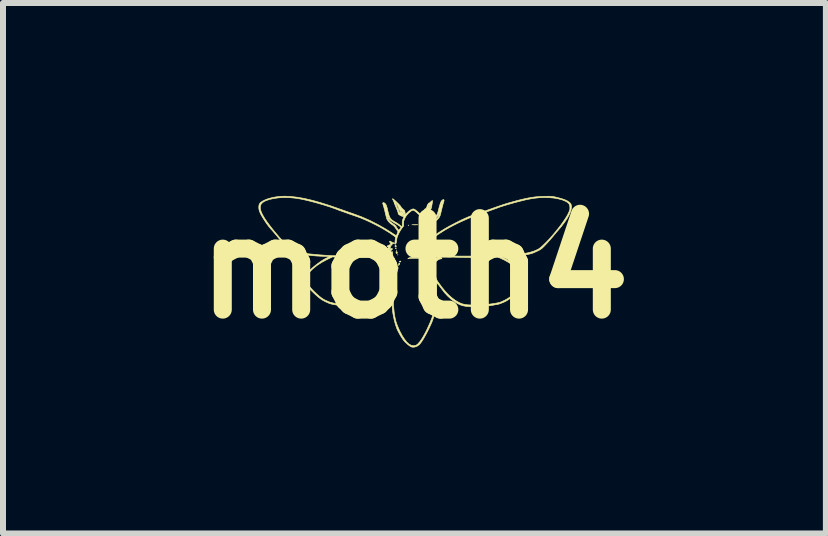
<source format=kicad_pcb>
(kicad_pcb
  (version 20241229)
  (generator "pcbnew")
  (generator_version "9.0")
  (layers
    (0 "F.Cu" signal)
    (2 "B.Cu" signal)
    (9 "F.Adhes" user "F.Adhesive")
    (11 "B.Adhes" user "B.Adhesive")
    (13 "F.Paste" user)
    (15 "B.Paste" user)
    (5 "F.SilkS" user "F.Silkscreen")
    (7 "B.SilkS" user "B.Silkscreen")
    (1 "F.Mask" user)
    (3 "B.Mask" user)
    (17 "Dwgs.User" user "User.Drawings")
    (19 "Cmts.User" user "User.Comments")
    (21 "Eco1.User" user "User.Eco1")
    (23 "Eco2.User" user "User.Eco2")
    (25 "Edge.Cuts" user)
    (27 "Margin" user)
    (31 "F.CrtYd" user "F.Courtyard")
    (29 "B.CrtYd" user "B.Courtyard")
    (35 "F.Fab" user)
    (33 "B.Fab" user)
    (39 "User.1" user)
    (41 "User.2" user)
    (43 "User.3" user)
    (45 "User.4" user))
  (footprint "moth4"
    (layer "F.Cu")
    (at 3.854 1.418)
    (property "Reference" "moth4" (at 0 0 0) (layer "F.SilkS") (effects (font (size 1.524 1.524) (thickness 0.3))))
    (attr through_hole)
    (fp_poly (pts (xy -0.318 -0.399) (xy -0.321 -0.395) (xy -0.325 -0.399) (xy -0.321 -0.402) (xy -0.318 -0.399)) (stroke (width 0.01) (type solid)) (fill yes) (layer "F.SilkS"))
    (fp_poly (pts (xy -0.296 -0.3) (xy -0.3 -0.296) (xy -0.303 -0.3) (xy -0.3 -0.303) (xy -0.296 -0.3)) (stroke (width 0.01) (type solid)) (fill yes) (layer "F.SilkS"))
    (fp_poly (pts (xy -0.275 -0.222) (xy -0.279 -0.219) (xy -0.282 -0.222) (xy -0.279 -0.226) (xy -0.275 -0.222)) (stroke (width 0.01) (type solid)) (fill yes) (layer "F.SilkS"))
    (fp_poly (pts (xy -0.268 -0.046) (xy -0.272 -0.042) (xy -0.275 -0.046) (xy -0.272 -0.049) (xy -0.268 -0.046)) (stroke (width 0.01) (type solid)) (fill yes) (layer "F.SilkS"))
    (fp_poly (pts (xy -0.094 -0.717) (xy -0.095 -0.713) (xy -0.099 -0.713) (xy -0.105 -0.715) (xy -0.103 -0.717) (xy -0.095 -0.718) (xy -0.094 -0.717)) (stroke (width 0.01) (type solid)) (fill yes) (layer "F.SilkS"))
    (fp_poly (pts (xy 0.266 -0.103) (xy 0.265 -0.099) (xy 0.261 -0.099) (xy 0.255 -0.101) (xy 0.256 -0.103) (xy 0.265 -0.104) (xy 0.266 -0.103)) (stroke (width 0.01) (type solid)) (fill yes) (layer "F.SilkS"))
    (fp_poly (pts (xy 0.287 -0.188) (xy 0.285 -0.185) (xy 0.278 -0.184) (xy 0.271 -0.186) (xy 0.274 -0.188) (xy 0.285 -0.189) (xy 0.287 -0.188)) (stroke (width 0.01) (type solid)) (fill yes) (layer "F.SilkS"))
    (fp_poly (pts (xy 0.301 -0.238) (xy 0.3 -0.233) (xy 0.296 -0.233) (xy 0.291 -0.235) (xy 0.292 -0.238) (xy 0.3 -0.238) (xy 0.301 -0.238)) (stroke (width 0.01) (type solid)) (fill yes) (layer "F.SilkS"))
    (fp_poly (pts (xy 0.323 -0.371) (xy 0.321 -0.368) (xy 0.313 -0.367) (xy 0.306 -0.369) (xy 0.309 -0.372) (xy 0.32 -0.373) (xy 0.323 -0.371)) (stroke (width 0.01) (type solid)) (fill yes) (layer "F.SilkS"))
    (fp_poly (pts (xy -0.305 -0.375) (xy -0.303 -0.367) (xy -0.307 -0.355) (xy -0.316 -0.354) (xy -0.32 -0.357) (xy -0.325 -0.369) (xy -0.321 -0.379) (xy -0.314 -0.381) (xy -0.305 -0.375)) (stroke (width 0.01) (type solid)) (fill yes) (layer "F.SilkS"))
    (fp_poly (pts (xy -0.304 -0.333) (xy -0.303 -0.332) (xy -0.309 -0.325) (xy -0.31 -0.325) (xy -0.317 -0.33) (xy -0.318 -0.332) (xy -0.312 -0.338) (xy -0.31 -0.339) (xy -0.304 -0.333)) (stroke (width 0.01) (type solid)) (fill yes) (layer "F.SilkS"))
    (fp_poly (pts (xy -0.245 -0.076) (xy -0.25 -0.064) (xy -0.257 -0.053) (xy -0.261 -0.054) (xy -0.264 -0.06) (xy -0.264 -0.074) (xy -0.257 -0.083) (xy -0.248 -0.084) (xy -0.245 -0.076)) (stroke (width 0.01) (type solid)) (fill yes) (layer "F.SilkS"))
    (fp_poly (pts (xy -0.231 -0.119) (xy -0.226 -0.114) (xy -0.231 -0.106) (xy -0.243 -0.102) (xy -0.25 -0.104) (xy -0.251 -0.112) (xy -0.25 -0.114) (xy -0.241 -0.119) (xy -0.231 -0.119)) (stroke (width 0.01) (type solid)) (fill yes) (layer "F.SilkS"))
    (fp_poly (pts (xy 0.281 -0.079) (xy 0.282 -0.074) (xy 0.279 -0.065) (xy 0.276 -0.064) (xy 0.268 -0.069) (xy 0.266 -0.074) (xy 0.267 -0.083) (xy 0.272 -0.085) (xy 0.281 -0.079)) (stroke (width 0.01) (type solid)) (fill yes) (layer "F.SilkS"))
    (fp_poly (pts (xy 0.296 -0.213) (xy 0.296 -0.212) (xy 0.291 -0.205) (xy 0.289 -0.205) (xy 0.282 -0.21) (xy 0.282 -0.212) (xy 0.288 -0.219) (xy 0.289 -0.219) (xy 0.296 -0.213)) (stroke (width 0.01) (type solid)) (fill yes) (layer "F.SilkS"))
    (fp_poly (pts (xy 0.315 -0.265) (xy 0.314 -0.261) (xy 0.305 -0.254) (xy 0.303 -0.254) (xy 0.297 -0.259) (xy 0.296 -0.261) (xy 0.302 -0.267) (xy 0.307 -0.268) (xy 0.315 -0.265)) (stroke (width 0.01) (type solid)) (fill yes) (layer "F.SilkS"))
    (fp_poly (pts (xy -0.292 -0.275) (xy -0.286 -0.265) (xy -0.287 -0.251) (xy -0.289 -0.247) (xy -0.296 -0.244) (xy -0.303 -0.25) (xy -0.309 -0.259) (xy -0.303 -0.261) (xy -0.302 -0.261) (xy -0.296 -0.262) (xy -0.302 -0.267) (xy -0.308 -0.273) (xy -0.301 -0.277) (xy -0.292 -0.275)) (stroke (width 0.01) (type solid)) (fill yes) (layer "F.SilkS"))
    (fp_poly (pts (xy 0.034 -0.726) (xy 0.048 -0.725) (xy 0.057 -0.724) (xy 0.053 -0.723) (xy 0.038 -0.723) (xy 0.012 -0.722) (xy 0.007 -0.722) (xy -0.02 -0.723) (xy -0.037 -0.723) (xy -0.043 -0.724) (xy -0.036 -0.725) (xy -0.034 -0.725) (xy -0.001 -0.726) (xy 0.034 -0.726)) (stroke (width 0.01) (type solid)) (fill yes) (layer "F.SilkS"))
    (fp_poly (pts (xy 0.322 -0.35) (xy 0.323 -0.349) (xy 0.323 -0.343) (xy 0.319 -0.341) (xy 0.314 -0.335) (xy 0.318 -0.328) (xy 0.322 -0.315) (xy 0.317 -0.305) (xy 0.31 -0.303) (xy 0.305 -0.31) (xy 0.303 -0.324) (xy 0.306 -0.341) (xy 0.313 -0.351) (xy 0.322 -0.35)) (stroke (width 0.01) (type solid)) (fill yes) (layer "F.SilkS"))
    (fp_poly (pts (xy 0.036 -0.182) (xy 0.04 -0.182) (xy 0.087 -0.179) (xy 0.122 -0.175) (xy 0.145 -0.169) (xy 0.148 -0.167) (xy 0.173 -0.156) (xy 0.145 -0.161) (xy 0.125 -0.163) (xy 0.096 -0.164) (xy 0.061 -0.165) (xy 0.022 -0.166) (xy -0.016 -0.165) (xy -0.05 -0.164) (xy -0.078 -0.163) (xy -0.096 -0.161) (xy -0.099 -0.16) (xy -0.111 -0.157) (xy -0.11 -0.159) (xy -0.103 -0.165) (xy -0.089 -0.174) (xy -0.071 -0.179) (xy -0.045 -0.182) (xy -0.011 -0.183) (xy 0.036 -0.182)) (stroke (width 0.01) (type solid)) (fill yes) (layer "F.SilkS"))
    (fp_poly (pts (xy -2.067 -1.196) (xy -1.954 -1.183) (xy -1.833 -1.162) (xy -1.701 -1.131) (xy -1.559 -1.091) (xy -1.407 -1.043) (xy -1.298 -1.005) (xy -1.25 -0.988) (xy -1.192 -0.968) (xy -1.131 -0.946) (xy -1.07 -0.925) (xy -1.015 -0.906) (xy -1.012 -0.905) (xy -0.878 -0.855) (xy -0.741 -0.795) (xy -0.606 -0.726) (xy -0.476 -0.652) (xy -0.397 -0.602) (xy -0.367 -0.583) (xy -0.341 -0.566) (xy -0.321 -0.553) (xy -0.309 -0.547) (xy -0.308 -0.546) (xy -0.3 -0.55) (xy -0.291 -0.568) (xy -0.286 -0.579) (xy -0.279 -0.6) (xy -0.277 -0.612) (xy -0.28 -0.621) (xy -0.288 -0.63) (xy -0.3 -0.646) (xy -0.315 -0.667) (xy -0.32 -0.675) (xy -0.337 -0.697) (xy -0.358 -0.716) (xy -0.365 -0.72) (xy -0.402 -0.746) (xy -0.432 -0.777) (xy -0.454 -0.808) (xy -0.462 -0.825) (xy -0.468 -0.846) (xy -0.475 -0.875) (xy -0.477 -0.881) (xy -0.456 -0.881) (xy -0.452 -0.864) (xy -0.448 -0.848) (xy -0.429 -0.807) (xy -0.4 -0.772) (xy -0.358 -0.742) (xy -0.356 -0.74) (xy -0.329 -0.722) (xy -0.31 -0.703) (xy -0.306 -0.696) (xy -0.293 -0.673) (xy -0.28 -0.653) (xy -0.269 -0.64) (xy -0.262 -0.635) (xy -0.255 -0.641) (xy -0.244 -0.653) (xy -0.241 -0.657) (xy -0.224 -0.678) (xy -0.239 -0.694) (xy -0.252 -0.705) (xy -0.274 -0.719) (xy -0.301 -0.736) (xy -0.322 -0.748) (xy -0.363 -0.772) (xy -0.393 -0.793) (xy -0.415 -0.813) (xy -0.43 -0.834) (xy -0.441 -0.857) (xy -0.45 -0.878) (xy -0.455 -0.886) (xy -0.456 -0.881) (xy -0.477 -0.881) (xy -0.484 -0.91) (xy -0.49 -0.935) (xy -0.498 -0.97) (xy -0.507 -1.003) (xy -0.51 -1.016) (xy -0.487 -1.016) (xy -0.484 -1.01) (xy -0.482 -1.011) (xy -0.481 -1.02) (xy -0.482 -1.021) (xy -0.486 -1.02) (xy -0.487 -1.016) (xy -0.51 -1.016) (xy -0.514 -1.03) (xy -0.516 -1.037) (xy -0.494 -1.037) (xy -0.491 -1.031) (xy -0.489 -1.032) (xy -0.488 -1.041) (xy -0.489 -1.042) (xy -0.493 -1.041) (xy -0.494 -1.037) (xy -0.516 -1.037) (xy -0.518 -1.044) (xy -0.525 -1.064) (xy -0.529 -1.08) (xy -0.529 -1.084) (xy -0.524 -1.092) (xy -0.512 -1.093) (xy -0.497 -1.085) (xy -0.489 -1.078) (xy -0.478 -1.065) (xy -0.47 -1.05) (xy -0.462 -1.029) (xy -0.454 -1) (xy -0.445 -0.96) (xy -0.444 -0.957) (xy -0.432 -0.909) (xy -0.421 -0.872) (xy -0.409 -0.844) (xy -0.393 -0.822) (xy -0.373 -0.803) (xy -0.346 -0.784) (xy -0.313 -0.766) (xy -0.286 -0.749) (xy -0.259 -0.731) (xy -0.239 -0.714) (xy -0.238 -0.714) (xy -0.222 -0.701) (xy -0.211 -0.694) (xy -0.207 -0.694) (xy -0.204 -0.704) (xy -0.203 -0.723) (xy -0.204 -0.744) (xy -0.203 -0.778) (xy -0.197 -0.806) (xy -0.191 -0.822) (xy -0.183 -0.841) (xy -0.177 -0.854) (xy -0.176 -0.857) (xy -0.182 -0.86) (xy -0.197 -0.863) (xy -0.199 -0.864) (xy -0.221 -0.871) (xy -0.242 -0.882) (xy -0.259 -0.894) (xy -0.224 -0.894) (xy -0.219 -0.888) (xy -0.216 -0.885) (xy -0.2 -0.877) (xy -0.191 -0.875) (xy -0.185 -0.877) (xy -0.19 -0.883) (xy -0.194 -0.886) (xy -0.209 -0.894) (xy -0.218 -0.896) (xy -0.224 -0.894) (xy -0.259 -0.894) (xy -0.26 -0.895) (xy -0.268 -0.903) (xy -0.185 -0.903) (xy -0.182 -0.897) (xy -0.174 -0.893) (xy -0.17 -0.899) (xy -0.171 -0.912) (xy -0.173 -0.915) (xy -0.177 -0.923) (xy -0.183 -0.918) (xy -0.183 -0.917) (xy -0.185 -0.903) (xy -0.268 -0.903) (xy -0.271 -0.907) (xy -0.219 -0.907) (xy -0.215 -0.903) (xy -0.212 -0.907) (xy -0.215 -0.91) (xy -0.219 -0.907) (xy -0.271 -0.907) (xy -0.271 -0.907) (xy -0.272 -0.914) (xy -0.273 -0.925) (xy -0.279 -0.945) (xy -0.289 -0.971) (xy -0.297 -0.99) (xy -0.31 -1.021) (xy -0.323 -1.052) (xy -0.332 -1.076) (xy -0.335 -1.085) (xy -0.315 -1.085) (xy -0.314 -1.076) (xy -0.308 -1.067) (xy -0.299 -1.051) (xy -0.292 -1.03) (xy -0.292 -1.03) (xy -0.285 -1.008) (xy -0.274 -0.991) (xy -0.274 -0.991) (xy -0.266 -0.979) (xy -0.265 -0.972) (xy -0.264 -0.964) (xy -0.258 -0.95) (xy -0.248 -0.935) (xy -0.238 -0.924) (xy -0.237 -0.923) (xy -0.229 -0.921) (xy -0.228 -0.928) (xy -0.233 -0.941) (xy -0.239 -0.95) (xy -0.245 -0.962) (xy -0.217 -0.962) (xy -0.216 -0.951) (xy -0.211 -0.937) (xy -0.204 -0.926) (xy -0.201 -0.924) (xy -0.201 -0.93) (xy -0.205 -0.944) (xy -0.206 -0.947) (xy -0.212 -0.96) (xy -0.216 -0.963) (xy -0.217 -0.962) (xy -0.245 -0.962) (xy -0.249 -0.968) (xy -0.26 -0.991) (xy -0.24 -0.991) (xy -0.236 -0.988) (xy -0.233 -0.991) (xy -0.236 -0.995) (xy -0.24 -0.991) (xy -0.26 -0.991) (xy -0.26 -0.993) (xy -0.268 -1.012) (xy -0.28 -1.042) (xy -0.292 -1.065) (xy -0.303 -1.081) (xy -0.312 -1.086) (xy -0.315 -1.085) (xy -0.335 -1.085) (xy -0.335 -1.085) (xy -0.344 -1.108) (xy -0.354 -1.129) (xy -0.356 -1.133) (xy -0.364 -1.148) (xy -0.365 -1.159) (xy -0.36 -1.157) (xy -0.347 -1.147) (xy -0.328 -1.131) (xy -0.307 -1.111) (xy -0.284 -1.089) (xy -0.262 -1.068) (xy -0.244 -1.048) (xy -0.231 -1.033) (xy -0.226 -1.025) (xy -0.226 -1.024) (xy -0.221 -1.015) (xy -0.209 -1.001) (xy -0.193 -0.985) (xy -0.178 -0.972) (xy -0.17 -0.967) (xy -0.164 -0.957) (xy -0.159 -0.939) (xy -0.157 -0.928) (xy -0.153 -0.895) (xy -0.124 -0.923) (xy -0.09 -0.953) (xy -0.058 -0.975) (xy -0.031 -0.986) (xy -0.02 -0.988) (xy -0.006 -0.985) (xy 0.012 -0.974) (xy 0.037 -0.955) (xy 0.054 -0.941) (xy 0.079 -0.919) (xy 0.097 -0.906) (xy 0.108 -0.902) (xy 0.113 -0.903) (xy 0.114 -0.904) (xy 0.119 -0.917) (xy 0.12 -0.922) (xy 0.122 -0.926) (xy 0.166 -0.926) (xy 0.169 -0.924) (xy 0.177 -0.93) (xy 0.183 -0.938) (xy 0.19 -0.953) (xy 0.188 -0.958) (xy 0.183 -0.956) (xy 0.175 -0.947) (xy 0.168 -0.936) (xy 0.166 -0.926) (xy 0.122 -0.926) (xy 0.125 -0.931) (xy 0.137 -0.945) (xy 0.14 -0.947) (xy 0.156 -0.963) (xy 0.168 -0.979) (xy 0.169 -0.98) (xy 0.177 -0.99) (xy 0.183 -0.991) (xy 0.19 -0.994) (xy 0.198 -1.006) (xy 0.201 -1.012) (xy 0.255 -1.012) (xy 0.256 -1.006) (xy 0.261 -1.011) (xy 0.265 -1.02) (xy 0.272 -1.037) (xy 0.275 -1.051) (xy 0.275 -1.051) (xy 0.272 -1.054) (xy 0.265 -1.045) (xy 0.265 -1.044) (xy 0.257 -1.026) (xy 0.255 -1.012) (xy 0.201 -1.012) (xy 0.205 -1.02) (xy 0.226 -1.02) (xy 0.229 -1.016) (xy 0.233 -1.02) (xy 0.229 -1.023) (xy 0.226 -1.02) (xy 0.205 -1.02) (xy 0.206 -1.023) (xy 0.21 -1.037) (xy 0.233 -1.037) (xy 0.235 -1.03) (xy 0.24 -1.036) (xy 0.243 -1.041) (xy 0.243 -1.048) (xy 0.24 -1.048) (xy 0.233 -1.039) (xy 0.233 -1.037) (xy 0.21 -1.037) (xy 0.211 -1.039) (xy 0.212 -1.045) (xy 0.215 -1.056) (xy 0.218 -1.058) (xy 0.225 -1.064) (xy 0.229 -1.073) (xy 0.231 -1.077) (xy 0.276 -1.077) (xy 0.277 -1.067) (xy 0.279 -1.067) (xy 0.281 -1.077) (xy 0.28 -1.081) (xy 0.277 -1.083) (xy 0.276 -1.077) (xy 0.231 -1.077) (xy 0.235 -1.083) (xy 0.238 -1.083) (xy 0.245 -1.086) (xy 0.258 -1.095) (xy 0.269 -1.105) (xy 0.285 -1.119) (xy 0.296 -1.127) (xy 0.3 -1.127) (xy 0.301 -1.119) (xy 0.299 -1.101) (xy 0.296 -1.082) (xy 0.291 -1.056) (xy 0.288 -1.032) (xy 0.286 -1.021) (xy 0.282 -1.003) (xy 0.276 -0.993) (xy 0.27 -0.98) (xy 0.268 -0.967) (xy 0.262 -0.947) (xy 0.247 -0.928) (xy 0.234 -0.913) (xy 0.226 -0.901) (xy 0.226 -0.898) (xy 0.219 -0.888) (xy 0.202 -0.878) (xy 0.178 -0.869) (xy 0.161 -0.865) (xy 0.135 -0.86) (xy 0.149 -0.83) (xy 0.158 -0.803) (xy 0.163 -0.773) (xy 0.164 -0.767) (xy 0.166 -0.747) (xy 0.168 -0.736) (xy 0.169 -0.734) (xy 0.176 -0.739) (xy 0.189 -0.75) (xy 0.197 -0.758) (xy 0.214 -0.772) (xy 0.239 -0.79) (xy 0.268 -0.808) (xy 0.28 -0.815) (xy 0.324 -0.843) (xy 0.356 -0.869) (xy 0.376 -0.896) (xy 0.387 -0.922) (xy 0.392 -0.94) (xy 0.399 -0.968) (xy 0.407 -1) (xy 0.414 -1.026) (xy 0.424 -1.06) (xy 0.446 -1.06) (xy 0.45 -1.063) (xy 0.452 -1.065) (xy 0.457 -1.08) (xy 0.458 -1.087) (xy 0.456 -1.091) (xy 0.452 -1.083) (xy 0.446 -1.068) (xy 0.446 -1.06) (xy 0.424 -1.06) (xy 0.428 -1.075) (xy 0.44 -1.104) (xy 0.459 -1.104) (xy 0.462 -1.101) (xy 0.466 -1.104) (xy 0.462 -1.108) (xy 0.459 -1.104) (xy 0.44 -1.104) (xy 0.443 -1.11) (xy 0.459 -1.133) (xy 0.475 -1.142) (xy 0.48 -1.143) (xy 0.489 -1.141) (xy 0.493 -1.135) (xy 0.492 -1.121) (xy 0.485 -1.097) (xy 0.48 -1.082) (xy 0.473 -1.056) (xy 0.464 -1.022) (xy 0.455 -0.986) (xy 0.452 -0.974) (xy 0.444 -0.94) (xy 0.436 -0.908) (xy 0.429 -0.882) (xy 0.426 -0.874) (xy 0.411 -0.844) (xy 0.384 -0.812) (xy 0.35 -0.783) (xy 0.329 -0.769) (xy 0.31 -0.753) (xy 0.29 -0.731) (xy 0.281 -0.719) (xy 0.267 -0.698) (xy 0.253 -0.681) (xy 0.246 -0.675) (xy 0.239 -0.669) (xy 0.237 -0.662) (xy 0.242 -0.652) (xy 0.254 -0.635) (xy 0.261 -0.627) (xy 0.278 -0.601) (xy 0.293 -0.573) (xy 0.301 -0.555) (xy 0.308 -0.536) (xy 0.313 -0.528) (xy 0.318 -0.53) (xy 0.32 -0.532) (xy 0.331 -0.543) (xy 0.353 -0.559) (xy 0.383 -0.58) (xy 0.419 -0.604) (xy 0.46 -0.63) (xy 0.502 -0.656) (xy 0.545 -0.681) (xy 0.586 -0.704) (xy 0.594 -0.708) (xy 0.699 -0.763) (xy 0.794 -0.81) (xy 0.879 -0.848) (xy 0.953 -0.878) (xy 0.988 -0.89) (xy 1.034 -0.905) (xy 1.084 -0.922) (xy 1.133 -0.939) (xy 1.175 -0.954) (xy 1.178 -0.955) (xy 1.26 -0.984) (xy 1.331 -1.009) (xy 1.391 -1.03) (xy 1.443 -1.048) (xy 1.489 -1.063) (xy 1.529 -1.076) (xy 1.566 -1.087) (xy 1.602 -1.097) (xy 1.627 -1.104) (xy 1.713 -1.128) (xy 1.789 -1.147) (xy 1.856 -1.162) (xy 1.917 -1.174) (xy 1.973 -1.183) (xy 2.029 -1.19) (xy 2.085 -1.194) (xy 2.144 -1.197) (xy 2.155 -1.197) (xy 2.202 -1.198) (xy 2.238 -1.199) (xy 2.267 -1.198) (xy 2.291 -1.196) (xy 2.315 -1.193) (xy 2.343 -1.187) (xy 2.367 -1.182) (xy 2.443 -1.162) (xy 2.505 -1.141) (xy 2.553 -1.118) (xy 2.587 -1.093) (xy 2.607 -1.067) (xy 2.608 -1.066) (xy 2.616 -1.033) (xy 2.613 -0.992) (xy 2.6 -0.944) (xy 2.577 -0.89) (xy 2.544 -0.83) (xy 2.501 -0.766) (xy 2.449 -0.698) (xy 2.398 -0.637) (xy 2.371 -0.606) (xy 2.343 -0.573) (xy 2.319 -0.544) (xy 2.303 -0.524) (xy 2.284 -0.502) (xy 2.259 -0.473) (xy 2.23 -0.441) (xy 2.2 -0.408) (xy 2.191 -0.399) (xy 2.161 -0.367) (xy 2.138 -0.344) (xy 2.118 -0.326) (xy 2.1 -0.313) (xy 2.079 -0.301) (xy 2.055 -0.289) (xy 2.013 -0.27) (xy 1.98 -0.255) (xy 1.951 -0.245) (xy 1.921 -0.237) (xy 1.888 -0.23) (xy 1.88 -0.228) (xy 1.847 -0.223) (xy 1.802 -0.218) (xy 1.751 -0.213) (xy 1.695 -0.208) (xy 1.64 -0.204) (xy 1.587 -0.2) (xy 1.54 -0.198) (xy 1.512 -0.198) (xy 1.479 -0.197) (xy 1.457 -0.194) (xy 1.447 -0.191) (xy 1.449 -0.186) (xy 1.464 -0.181) (xy 1.491 -0.17) (xy 1.527 -0.151) (xy 1.568 -0.125) (xy 1.613 -0.094) (xy 1.659 -0.058) (xy 1.705 -0.02) (xy 1.748 0.018) (xy 1.762 0.032) (xy 1.796 0.066) (xy 1.82 0.093) (xy 1.837 0.116) (xy 1.848 0.137) (xy 1.853 0.158) (xy 1.855 0.182) (xy 1.856 0.192) (xy 1.85 0.221) (xy 1.832 0.256) (xy 1.802 0.298) (xy 1.76 0.347) (xy 1.707 0.403) (xy 1.701 0.409) (xy 1.653 0.455) (xy 1.611 0.491) (xy 1.571 0.52) (xy 1.53 0.545) (xy 1.485 0.568) (xy 1.462 0.577) (xy 1.433 0.588) (xy 1.404 0.598) (xy 1.382 0.603) (xy 1.354 0.607) (xy 1.325 0.613) (xy 1.319 0.614) (xy 1.288 0.619) (xy 1.245 0.625) (xy 1.196 0.63) (xy 1.142 0.634) (xy 1.088 0.638) (xy 1.037 0.641) (xy 0.993 0.642) (xy 0.984 0.642) (xy 0.915 0.64) (xy 0.858 0.635) (xy 0.807 0.625) (xy 0.761 0.61) (xy 0.716 0.588) (xy 0.668 0.56) (xy 0.661 0.555) (xy 0.609 0.515) (xy 0.555 0.466) (xy 0.504 0.411) (xy 0.46 0.355) (xy 0.452 0.343) (xy 0.433 0.318) (xy 0.411 0.29) (xy 0.4 0.276) (xy 0.37 0.243) (xy 0.37 0.423) (xy 0.37 0.483) (xy 0.37 0.53) (xy 0.369 0.568) (xy 0.367 0.598) (xy 0.364 0.623) (xy 0.361 0.646) (xy 0.357 0.663) (xy 0.342 0.73) (xy 0.327 0.787) (xy 0.312 0.837) (xy 0.295 0.886) (xy 0.274 0.935) (xy 0.248 0.99) (xy 0.221 1.046) (xy 0.19 1.105) (xy 0.16 1.159) (xy 0.132 1.205) (xy 0.106 1.242) (xy 0.085 1.269) (xy 0.078 1.275) (xy 0.041 1.301) (xy 0.001 1.314) (xy -0.039 1.315) (xy -0.042 1.314) (xy -0.061 1.307) (xy -0.085 1.291) (xy -0.114 1.269) (xy -0.143 1.242) (xy -0.168 1.217) (xy -0.19 1.19) (xy -0.214 1.154) (xy -0.239 1.113) (xy -0.263 1.07) (xy -0.284 1.029) (xy -0.295 1.002) (xy -0.319 0.931) (xy -0.34 0.852) (xy -0.356 0.773) (xy -0.365 0.717) (xy -0.369 0.672) (xy -0.372 0.618) (xy -0.374 0.558) (xy -0.375 0.495) (xy -0.375 0.434) (xy -0.374 0.378) (xy -0.372 0.331) (xy -0.37 0.314) (xy -0.368 0.289) (xy -0.367 0.275) (xy -0.37 0.271) (xy -0.375 0.273) (xy -0.378 0.275) (xy -0.387 0.286) (xy -0.402 0.304) (xy -0.42 0.328) (xy -0.428 0.34) (xy -0.46 0.382) (xy -0.499 0.426) (xy -0.541 0.47) (xy -0.583 0.51) (xy -0.624 0.543) (xy -0.657 0.567) (xy -0.701 0.592) (xy -0.741 0.611) (xy -0.781 0.624) (xy -0.825 0.633) (xy -0.876 0.638) (xy -0.924 0.64) (xy -0.969 0.641) (xy -1.021 0.64) (xy -1.077 0.637) (xy -1.133 0.634) (xy -1.187 0.629) (xy -1.235 0.624) (xy -1.275 0.619) (xy -1.298 0.614) (xy -1.321 0.609) (xy -1.348 0.605) (xy -1.357 0.603) (xy -1.391 0.595) (xy -1.434 0.58) (xy -1.481 0.559) (xy -1.529 0.533) (xy -1.54 0.527) (xy -1.566 0.509) (xy -1.598 0.484) (xy -1.633 0.454) (xy -1.67 0.42) (xy -1.705 0.386) (xy -1.736 0.355) (xy -1.759 0.328) (xy -1.768 0.316) (xy -1.78 0.298) (xy -1.79 0.286) (xy -1.793 0.282) (xy -1.798 0.275) (xy -1.808 0.259) (xy -1.817 0.245) (xy -1.828 0.222) (xy -1.833 0.203) (xy -1.833 0.187) (xy -1.813 0.187) (xy -1.812 0.204) (xy -1.808 0.219) (xy -1.8 0.236) (xy -1.785 0.258) (xy -1.762 0.287) (xy -1.76 0.29) (xy -1.721 0.335) (xy -1.679 0.38) (xy -1.634 0.423) (xy -1.59 0.462) (xy -1.548 0.495) (xy -1.51 0.52) (xy -1.479 0.536) (xy -1.461 0.543) (xy -1.438 0.553) (xy -1.428 0.558) (xy -1.395 0.569) (xy -1.349 0.58) (xy -1.295 0.59) (xy -1.233 0.598) (xy -1.167 0.605) (xy -1.099 0.609) (xy -1.031 0.612) (xy -0.966 0.613) (xy -0.906 0.612) (xy -0.854 0.608) (xy -0.822 0.603) (xy -0.766 0.589) (xy -0.71 0.565) (xy -0.652 0.529) (xy -0.62 0.507) (xy -0.576 0.471) (xy -0.533 0.43) (xy -0.489 0.381) (xy -0.442 0.322) (xy -0.419 0.293) (xy -0.395 0.261) (xy -0.378 0.237) (xy -0.366 0.216) (xy -0.357 0.196) (xy -0.349 0.172) (xy -0.34 0.14) (xy -0.335 0.122) (xy -0.326 0.088) (xy -0.318 0.057) (xy -0.311 0.034) (xy -0.307 0.02) (xy -0.307 0.019) (xy -0.306 0.009) (xy -0.31 0.007) (xy -0.317 0.002) (xy -0.318 0) (xy -0.312 -0.006) (xy -0.306 -0.007) (xy -0.299 -0.009) (xy -0.302 -0.015) (xy -0.309 -0.023) (xy -0.322 -0.039) (xy -0.323 -0.047) (xy -0.314 -0.05) (xy -0.312 -0.05) (xy -0.307 -0.052) (xy -0.312 -0.06) (xy -0.323 -0.07) (xy -0.339 -0.085) (xy -0.345 -0.095) (xy -0.342 -0.098) (xy -0.335 -0.096) (xy -0.325 -0.094) (xy -0.326 -0.097) (xy -0.336 -0.104) (xy -0.345 -0.109) (xy -0.366 -0.122) (xy -0.385 -0.137) (xy -0.385 -0.138) (xy -0.405 -0.15) (xy -0.424 -0.155) (xy -0.442 -0.158) (xy -0.447 -0.164) (xy -0.44 -0.172) (xy -0.432 -0.175) (xy -0.419 -0.18) (xy -0.419 -0.182) (xy -0.429 -0.183) (xy -0.441 -0.186) (xy -0.442 -0.194) (xy -0.441 -0.199) (xy -0.444 -0.201) (xy -0.453 -0.201) (xy -0.47 -0.199) (xy -0.497 -0.194) (xy -0.519 -0.19) (xy -0.536 -0.188) (xy -0.566 -0.186) (xy -0.606 -0.184) (xy -0.655 -0.182) (xy -0.711 -0.181) (xy -0.773 -0.18) (xy -0.837 -0.179) (xy -0.904 -0.178) (xy -0.97 -0.178) (xy -1.034 -0.178) (xy -1.094 -0.178) (xy -1.149 -0.179) (xy -1.197 -0.18) (xy -1.235 -0.182) (xy -1.365 -0.188) (xy -1.446 -0.15) (xy -1.537 -0.102) (xy -1.621 -0.048) (xy -1.695 0.012) (xy -1.721 0.037) (xy -1.764 0.083) (xy -1.793 0.124) (xy -1.809 0.16) (xy -1.813 0.187) (xy -1.833 0.187) (xy -1.833 0.18) (xy -1.832 0.173) (xy -1.828 0.147) (xy -1.821 0.124) (xy -1.818 0.115) (xy -1.802 0.092) (xy -1.776 0.063) (xy -1.743 0.031) (xy -1.703 -0.004) (xy -1.66 -0.04) (xy -1.615 -0.075) (xy -1.57 -0.107) (xy -1.527 -0.136) (xy -1.489 -0.158) (xy -1.465 -0.17) (xy -1.444 -0.18) (xy -1.43 -0.188) (xy -1.425 -0.192) (xy -1.432 -0.195) (xy -1.449 -0.196) (xy -1.475 -0.198) (xy -1.49 -0.198) (xy -1.53 -0.199) (xy -1.578 -0.201) (xy -1.632 -0.204) (xy -1.688 -0.209) (xy -1.743 -0.214) (xy -1.793 -0.219) (xy -1.835 -0.225) (xy -1.859 -0.228) (xy -1.894 -0.235) (xy -1.924 -0.243) (xy -1.953 -0.253) (xy -1.985 -0.266) (xy -2.024 -0.285) (xy -2.034 -0.289) (xy -2.059 -0.302) (xy -2.079 -0.314) (xy -2.098 -0.327) (xy -2.118 -0.345) (xy -2.142 -0.369) (xy -2.169 -0.397) (xy -2.199 -0.431) (xy -2.231 -0.466) (xy -2.261 -0.5) (xy -2.285 -0.528) (xy -2.288 -0.533) (xy -2.314 -0.563) (xy -2.344 -0.599) (xy -2.374 -0.634) (xy -2.388 -0.649) (xy -2.425 -0.693) (xy -2.463 -0.743) (xy -2.499 -0.797) (xy -2.532 -0.849) (xy -2.559 -0.897) (xy -2.569 -0.917) (xy -2.582 -0.95) (xy -2.59 -0.977) (xy -2.593 -1.004) (xy -2.593 -1.013) (xy -2.593 -1.013) (xy -2.569 -1.013) (xy -2.565 -0.977) (xy -2.551 -0.934) (xy -2.527 -0.885) (xy -2.494 -0.829) (xy -2.451 -0.766) (xy -2.398 -0.695) (xy -2.335 -0.616) (xy -2.285 -0.557) (xy -2.254 -0.52) (xy -2.216 -0.479) (xy -2.177 -0.438) (xy -2.141 -0.402) (xy -2.137 -0.398) (xy -2.106 -0.369) (xy -2.082 -0.347) (xy -2.063 -0.331) (xy -2.045 -0.319) (xy -2.026 -0.31) (xy -2.003 -0.3) (xy -1.99 -0.295) (xy -1.951 -0.28) (xy -1.917 -0.269) (xy -1.884 -0.26) (xy -1.849 -0.252) (xy -1.809 -0.246) (xy -1.761 -0.24) (xy -1.702 -0.234) (xy -1.697 -0.234) (xy -1.619 -0.226) (xy -1.543 -0.22) (xy -1.468 -0.215) (xy -1.392 -0.211) (xy -1.312 -0.208) (xy -1.226 -0.206) (xy -1.131 -0.204) (xy -1.027 -0.203) (xy -0.935 -0.202) (xy -0.845 -0.202) (xy -0.768 -0.203) (xy -0.702 -0.203) (xy -0.647 -0.204) (xy -0.601 -0.206) (xy -0.563 -0.209) (xy -0.531 -0.212) (xy -0.505 -0.216) (xy -0.482 -0.222) (xy -0.462 -0.228) (xy -0.445 -0.235) (xy -0.42 -0.246) (xy -0.472 -0.246) (xy -0.5 -0.247) (xy -0.515 -0.25) (xy -0.521 -0.254) (xy -0.52 -0.256) (xy -0.512 -0.262) (xy -0.495 -0.268) (xy -0.49 -0.269) (xy -0.464 -0.275) (xy -0.438 -0.284) (xy -0.417 -0.294) (xy -0.406 -0.303) (xy -0.406 -0.308) (xy -0.417 -0.309) (xy -0.433 -0.307) (xy -0.456 -0.306) (xy -0.466 -0.31) (xy -0.463 -0.32) (xy -0.446 -0.333) (xy -0.443 -0.335) (xy -0.429 -0.345) (xy -0.429 -0.35) (xy -0.431 -0.351) (xy -0.449 -0.356) (xy -0.456 -0.361) (xy -0.455 -0.366) (xy -0.452 -0.37) (xy -0.439 -0.379) (xy -0.42 -0.388) (xy -0.416 -0.389) (xy -0.389 -0.397) (xy -0.403 -0.419) (xy -0.412 -0.435) (xy -0.416 -0.445) (xy -0.416 -0.446) (xy -0.411 -0.451) (xy -0.4 -0.45) (xy -0.389 -0.442) (xy -0.388 -0.441) (xy -0.376 -0.433) (xy -0.357 -0.426) (xy -0.356 -0.426) (xy -0.34 -0.421) (xy -0.332 -0.415) (xy -0.332 -0.415) (xy -0.338 -0.411) (xy -0.352 -0.411) (xy -0.366 -0.413) (xy -0.371 -0.407) (xy -0.371 -0.4) (xy -0.375 -0.387) (xy -0.387 -0.382) (xy -0.398 -0.379) (xy -0.396 -0.372) (xy -0.395 -0.37) (xy -0.392 -0.361) (xy -0.398 -0.351) (xy -0.407 -0.342) (xy -0.427 -0.325) (xy -0.397 -0.329) (xy -0.376 -0.33) (xy -0.367 -0.324) (xy -0.37 -0.314) (xy -0.386 -0.299) (xy -0.399 -0.289) (xy -0.416 -0.277) (xy -0.428 -0.268) (xy -0.43 -0.265) (xy -0.424 -0.265) (xy -0.41 -0.268) (xy -0.405 -0.269) (xy -0.385 -0.273) (xy -0.37 -0.274) (xy -0.369 -0.274) (xy -0.361 -0.271) (xy -0.364 -0.265) (xy -0.37 -0.259) (xy -0.378 -0.25) (xy -0.375 -0.247) (xy -0.371 -0.247) (xy -0.361 -0.244) (xy -0.363 -0.236) (xy -0.376 -0.224) (xy -0.392 -0.215) (xy -0.409 -0.204) (xy -0.421 -0.195) (xy -0.423 -0.193) (xy -0.417 -0.192) (xy -0.402 -0.193) (xy -0.395 -0.194) (xy -0.376 -0.195) (xy -0.367 -0.191) (xy -0.37 -0.183) (xy -0.379 -0.177) (xy -0.384 -0.172) (xy -0.378 -0.17) (xy -0.362 -0.17) (xy -0.34 -0.168) (xy -0.332 -0.163) (xy -0.336 -0.154) (xy -0.34 -0.15) (xy -0.342 -0.143) (xy -0.333 -0.138) (xy -0.329 -0.137) (xy -0.315 -0.131) (xy -0.312 -0.12) (xy -0.313 -0.119) (xy -0.311 -0.107) (xy -0.306 -0.103) (xy -0.298 -0.093) (xy -0.297 -0.086) (xy -0.296 -0.069) (xy -0.293 -0.062) (xy -0.293 -0.045) (xy -0.296 -0.039) (xy -0.301 -0.029) (xy -0.292 -0.027) (xy -0.288 -0.027) (xy -0.28 -0.023) (xy -0.276 -0.018) (xy -0.273 -0.009) (xy -0.275 0.009) (xy -0.282 0.032) (xy -0.294 0.07) (xy -0.307 0.119) (xy -0.321 0.174) (xy -0.334 0.234) (xy -0.336 0.243) (xy -0.341 0.276) (xy -0.345 0.32) (xy -0.348 0.372) (xy -0.35 0.429) (xy -0.351 0.488) (xy -0.351 0.546) (xy -0.35 0.6) (xy -0.347 0.647) (xy -0.346 0.652) (xy -0.339 0.726) (xy -0.33 0.79) (xy -0.319 0.845) (xy -0.306 0.896) (xy -0.288 0.946) (xy -0.267 0.998) (xy -0.244 1.048) (xy -0.205 1.122) (xy -0.165 1.183) (xy -0.127 1.231) (xy -0.089 1.265) (xy -0.051 1.285) (xy -0.014 1.291) (xy 0.022 1.284) (xy 0.033 1.279) (xy 0.058 1.259) (xy 0.086 1.227) (xy 0.118 1.183) (xy 0.151 1.128) (xy 0.187 1.062) (xy 0.213 1.009) (xy 0.255 0.917) (xy 0.288 0.834) (xy 0.314 0.756) (xy 0.332 0.681) (xy 0.344 0.606) (xy 0.35 0.528) (xy 0.35 0.444) (xy 0.349 0.421) (xy 0.345 0.319) (xy 0.338 0.23) (xy 0.328 0.152) (xy 0.317 0.084) (xy 0.302 0.024) (xy 0.29 -0.015) (xy 0.278 -0.051) (xy 0.314 -0.051) (xy 0.319 -0.05) (xy 0.33 -0.046) (xy 0.329 -0.037) (xy 0.321 -0.028) (xy 0.315 -0.016) (xy 0.317 -0.008) (xy 0.321 0.003) (xy 0.327 0.025) (xy 0.334 0.054) (xy 0.342 0.089) (xy 0.343 0.094) (xy 0.351 0.133) (xy 0.359 0.161) (xy 0.367 0.183) (xy 0.376 0.202) (xy 0.389 0.222) (xy 0.398 0.235) (xy 0.457 0.316) (xy 0.513 0.385) (xy 0.569 0.444) (xy 0.624 0.493) (xy 0.68 0.534) (xy 0.711 0.553) (xy 0.757 0.578) (xy 0.799 0.594) (xy 0.843 0.604) (xy 0.857 0.606) (xy 0.895 0.61) (xy 0.943 0.612) (xy 0.998 0.613) (xy 1.056 0.612) (xy 1.113 0.61) (xy 1.167 0.607) (xy 1.21 0.603) (xy 1.28 0.594) (xy 1.337 0.586) (xy 1.383 0.577) (xy 1.419 0.569) (xy 1.446 0.559) (xy 1.451 0.557) (xy 1.508 0.53) (xy 1.556 0.503) (xy 1.599 0.474) (xy 1.641 0.439) (xy 1.686 0.395) (xy 1.689 0.392) (xy 1.72 0.359) (xy 1.751 0.324) (xy 1.78 0.291) (xy 1.804 0.261) (xy 1.821 0.237) (xy 1.826 0.228) (xy 1.835 0.197) (xy 1.83 0.161) (xy 1.812 0.122) (xy 1.781 0.078) (xy 1.743 0.037) (xy 1.673 -0.024) (xy 1.593 -0.081) (xy 1.505 -0.132) (xy 1.467 -0.15) (xy 1.386 -0.188) (xy 1.256 -0.182) (xy 1.209 -0.18) (xy 1.154 -0.179) (xy 1.092 -0.178) (xy 1.026 -0.178) (xy 0.956 -0.178) (xy 0.886 -0.179) (xy 0.817 -0.18) (xy 0.75 -0.181) (xy 0.688 -0.183) (xy 0.632 -0.185) (xy 0.584 -0.188) (xy 0.547 -0.19) (xy 0.522 -0.193) (xy 0.519 -0.194) (xy 0.486 -0.2) (xy 0.465 -0.203) (xy 0.453 -0.204) (xy 0.448 -0.201) (xy 0.448 -0.197) (xy 0.449 -0.194) (xy 0.448 -0.186) (xy 0.436 -0.183) (xy 0.426 -0.182) (xy 0.427 -0.18) (xy 0.439 -0.175) (xy 0.455 -0.167) (xy 0.457 -0.16) (xy 0.446 -0.156) (xy 0.435 -0.155) (xy 0.407 -0.148) (xy 0.392 -0.138) (xy 0.373 -0.122) (xy 0.352 -0.109) (xy 0.352 -0.109) (xy 0.338 -0.101) (xy 0.332 -0.094) (xy 0.334 -0.092) (xy 0.342 -0.094) (xy 0.352 -0.096) (xy 0.35 -0.09) (xy 0.339 -0.077) (xy 0.33 -0.07) (xy 0.317 -0.057) (xy 0.314 -0.051) (xy 0.278 -0.051) (xy 0.277 -0.054) (xy 0.292 -0.06) (xy 0.304 -0.071) (xy 0.305 -0.081) (xy 0.307 -0.096) (xy 0.312 -0.102) (xy 0.32 -0.114) (xy 0.321 -0.12) (xy 0.327 -0.13) (xy 0.338 -0.138) (xy 0.348 -0.146) (xy 0.346 -0.151) (xy 0.339 -0.16) (xy 0.344 -0.166) (xy 0.361 -0.169) (xy 0.369 -0.17) (xy 0.386 -0.17) (xy 0.391 -0.173) (xy 0.386 -0.177) (xy 0.375 -0.187) (xy 0.376 -0.194) (xy 0.388 -0.196) (xy 0.402 -0.195) (xy 0.42 -0.193) (xy 0.43 -0.193) (xy 0.43 -0.194) (xy 0.425 -0.199) (xy 0.411 -0.209) (xy 0.402 -0.215) (xy 0.386 -0.227) (xy 0.376 -0.238) (xy 0.374 -0.245) (xy 0.381 -0.245) (xy 0.386 -0.244) (xy 0.392 -0.243) (xy 0.388 -0.249) (xy 0.383 -0.254) (xy 0.372 -0.265) (xy 0.367 -0.273) (xy 0.367 -0.273) (xy 0.373 -0.274) (xy 0.388 -0.273) (xy 0.408 -0.27) (xy 0.427 -0.266) (xy 0.435 -0.264) (xy 0.437 -0.265) (xy 0.428 -0.273) (xy 0.412 -0.285) (xy 0.411 -0.285) (xy 0.387 -0.304) (xy 0.375 -0.318) (xy 0.375 -0.327) (xy 0.388 -0.33) (xy 0.404 -0.329) (xy 0.434 -0.325) (xy 0.414 -0.341) (xy 0.401 -0.356) (xy 0.399 -0.368) (xy 0.397 -0.379) (xy 0.388 -0.383) (xy 0.376 -0.39) (xy 0.376 -0.401) (xy 0.377 -0.411) (xy 0.37 -0.413) (xy 0.359 -0.412) (xy 0.344 -0.411) (xy 0.339 -0.415) (xy 0.345 -0.421) (xy 0.36 -0.426) (xy 0.363 -0.426) (xy 0.382 -0.432) (xy 0.395 -0.441) (xy 0.395 -0.441) (xy 0.406 -0.449) (xy 0.417 -0.452) (xy 0.423 -0.448) (xy 0.423 -0.447) (xy 0.42 -0.439) (xy 0.412 -0.424) (xy 0.409 -0.42) (xy 0.395 -0.397) (xy 0.424 -0.388) (xy 0.443 -0.38) (xy 0.457 -0.371) (xy 0.46 -0.369) (xy 0.464 -0.363) (xy 0.46 -0.358) (xy 0.448 -0.354) (xy 0.438 -0.351) (xy 0.435 -0.346) (xy 0.446 -0.337) (xy 0.45 -0.335) (xy 0.468 -0.321) (xy 0.473 -0.311) (xy 0.465 -0.306) (xy 0.444 -0.305) (xy 0.439 -0.306) (xy 0.419 -0.308) (xy 0.412 -0.308) (xy 0.414 -0.303) (xy 0.421 -0.298) (xy 0.442 -0.285) (xy 0.475 -0.273) (xy 0.51 -0.265) (xy 0.526 -0.26) (xy 0.529 -0.255) (xy 0.519 -0.25) (xy 0.499 -0.247) (xy 0.478 -0.245) (xy 0.427 -0.243) (xy 0.455 -0.234) (xy 0.475 -0.229) (xy 0.503 -0.223) (xy 0.536 -0.216) (xy 0.55 -0.213) (xy 0.568 -0.21) (xy 0.586 -0.208) (xy 0.607 -0.206) (xy 0.632 -0.205) (xy 0.662 -0.203) (xy 0.699 -0.203) (xy 0.745 -0.202) (xy 0.8 -0.202) (xy 0.866 -0.202) (xy 0.944 -0.202) (xy 0.956 -0.202) (xy 1.069 -0.203) (xy 1.171 -0.204) (xy 1.262 -0.206) (xy 1.347 -0.208) (xy 1.426 -0.211) (xy 1.502 -0.216) (xy 1.577 -0.221) (xy 1.653 -0.227) (xy 1.733 -0.234) (xy 1.76 -0.237) (xy 1.846 -0.248) (xy 1.923 -0.265) (xy 1.994 -0.287) (xy 2.053 -0.313) (xy 2.08 -0.329) (xy 2.113 -0.356) (xy 2.151 -0.391) (xy 2.194 -0.433) (xy 2.24 -0.481) (xy 2.287 -0.534) (xy 2.334 -0.589) (xy 2.38 -0.646) (xy 2.425 -0.702) (xy 2.465 -0.757) (xy 2.501 -0.809) (xy 2.531 -0.856) (xy 2.554 -0.897) (xy 2.555 -0.899) (xy 2.571 -0.933) (xy 2.581 -0.958) (xy 2.587 -0.979) (xy 2.589 -0.999) (xy 2.589 -1.008) (xy 2.586 -1.043) (xy 2.575 -1.071) (xy 2.553 -1.093) (xy 2.522 -1.113) (xy 2.465 -1.137) (xy 2.398 -1.155) (xy 2.322 -1.169) (xy 2.24 -1.176) (xy 2.153 -1.178) (xy 2.063 -1.173) (xy 1.974 -1.163) (xy 1.926 -1.154) (xy 1.847 -1.138) (xy 1.762 -1.117) (xy 1.673 -1.094) (xy 1.585 -1.069) (xy 1.5 -1.044) (xy 1.422 -1.019) (xy 1.355 -0.994) (xy 1.353 -0.994) (xy 1.319 -0.981) (xy 1.275 -0.965) (xy 1.223 -0.946) (xy 1.166 -0.925) (xy 1.105 -0.904) (xy 1.044 -0.882) (xy 0.986 -0.862) (xy 0.963 -0.854) (xy 0.909 -0.834) (xy 0.847 -0.807) (xy 0.778 -0.776) (xy 0.708 -0.743) (xy 0.639 -0.708) (xy 0.573 -0.673) (xy 0.515 -0.64) (xy 0.473 -0.614) (xy 0.425 -0.583) (xy 0.388 -0.559) (xy 0.361 -0.54) (xy 0.341 -0.525) (xy 0.328 -0.513) (xy 0.321 -0.503) (xy 0.318 -0.492) (xy 0.318 -0.481) (xy 0.321 -0.466) (xy 0.324 -0.448) (xy 0.324 -0.448) (xy 0.327 -0.422) (xy 0.324 -0.406) (xy 0.323 -0.404) (xy 0.313 -0.396) (xy 0.307 -0.4) (xy 0.304 -0.418) (xy 0.303 -0.433) (xy 0.296 -0.494) (xy 0.276 -0.554) (xy 0.242 -0.612) (xy 0.196 -0.668) (xy 0.196 -0.668) (xy 0.173 -0.691) (xy 0.159 -0.708) (xy 0.153 -0.717) (xy 0.183 -0.717) (xy 0.189 -0.705) (xy 0.203 -0.694) (xy 0.218 -0.687) (xy 0.226 -0.686) (xy 0.234 -0.693) (xy 0.247 -0.708) (xy 0.261 -0.73) (xy 0.285 -0.762) (xy 0.311 -0.785) (xy 0.32 -0.79) (xy 0.356 -0.814) (xy 0.382 -0.838) (xy 0.399 -0.864) (xy 0.402 -0.871) (xy 0.412 -0.896) (xy 0.418 -0.914) (xy 0.419 -0.923) (xy 0.416 -0.922) (xy 0.408 -0.909) (xy 0.402 -0.899) (xy 0.391 -0.877) (xy 0.378 -0.859) (xy 0.361 -0.844) (xy 0.338 -0.828) (xy 0.307 -0.809) (xy 0.286 -0.797) (xy 0.255 -0.779) (xy 0.227 -0.759) (xy 0.204 -0.741) (xy 0.189 -0.726) (xy 0.183 -0.717) (xy 0.153 -0.717) (xy 0.15 -0.721) (xy 0.146 -0.735) (xy 0.144 -0.752) (xy 0.144 -0.759) (xy 0.139 -0.79) (xy 0.128 -0.819) (xy 0.116 -0.84) (xy 0.099 -0.864) (xy 0.094 -0.87) (xy 0.138 -0.87) (xy 0.141 -0.869) (xy 0.156 -0.874) (xy 0.163 -0.876) (xy 0.188 -0.888) (xy 0.202 -0.901) (xy 0.205 -0.909) (xy 0.209 -0.919) (xy 0.214 -0.924) (xy 0.224 -0.937) (xy 0.228 -0.947) (xy 0.229 -0.956) (xy 0.225 -0.954) (xy 0.215 -0.943) (xy 0.213 -0.941) (xy 0.196 -0.923) (xy 0.175 -0.903) (xy 0.163 -0.893) (xy 0.145 -0.878) (xy 0.138 -0.87) (xy 0.094 -0.87) (xy 0.077 -0.89) (xy 0.074 -0.892) (xy 0.121 -0.892) (xy 0.127 -0.894) (xy 0.131 -0.896) (xy 0.14 -0.909) (xy 0.141 -0.916) (xy 0.14 -0.922) (xy 0.133 -0.917) (xy 0.131 -0.913) (xy 0.122 -0.899) (xy 0.121 -0.892) (xy 0.074 -0.892) (xy 0.051 -0.915) (xy 0.025 -0.937) (xy 0.002 -0.955) (xy -0.017 -0.965) (xy -0.024 -0.967) (xy -0.042 -0.961) (xy -0.065 -0.946) (xy -0.092 -0.924) (xy -0.118 -0.897) (xy -0.137 -0.873) (xy -0.163 -0.829) (xy -0.179 -0.784) (xy -0.182 -0.74) (xy -0.181 -0.727) (xy -0.18 -0.71) (xy -0.185 -0.697) (xy -0.198 -0.681) (xy -0.201 -0.677) (xy -0.217 -0.657) (xy -0.235 -0.628) (xy -0.254 -0.595) (xy -0.271 -0.56) (xy -0.284 -0.529) (xy -0.291 -0.505) (xy -0.292 -0.503) (xy -0.295 -0.478) (xy -0.299 -0.451) (xy -0.3 -0.443) (xy -0.304 -0.42) (xy -0.311 -0.41) (xy -0.315 -0.409) (xy -0.321 -0.411) (xy -0.324 -0.42) (xy -0.324 -0.437) (xy -0.323 -0.453) (xy -0.32 -0.478) (xy -0.317 -0.499) (xy -0.314 -0.509) (xy -0.315 -0.515) (xy -0.323 -0.524) (xy -0.339 -0.537) (xy -0.364 -0.554) (xy -0.398 -0.578) (xy -0.425 -0.596) (xy -0.492 -0.637) (xy -0.567 -0.681) (xy -0.648 -0.723) (xy -0.73 -0.764) (xy -0.81 -0.801) (xy -0.885 -0.833) (xy -0.94 -0.853) (xy -1.022 -0.882) (xy -1.092 -0.906) (xy -1.152 -0.928) (xy -1.204 -0.946) (xy -1.25 -0.963) (xy -1.291 -0.978) (xy -1.305 -0.984) (xy -1.403 -1.019) (xy -1.51 -1.053) (xy -1.622 -1.086) (xy -1.735 -1.116) (xy -1.845 -1.142) (xy -1.903 -1.154) (xy -1.993 -1.168) (xy -2.084 -1.176) (xy -2.174 -1.178) (xy -2.261 -1.173) (xy -2.343 -1.162) (xy -2.417 -1.145) (xy -2.481 -1.123) (xy -2.498 -1.114) (xy -2.529 -1.095) (xy -2.551 -1.072) (xy -2.565 -1.045) (xy -2.569 -1.013) (xy -2.593 -1.013) (xy -2.591 -1.048) (xy -2.582 -1.073) (xy -2.566 -1.094) (xy -2.538 -1.113) (xy -2.537 -1.114) (xy -2.506 -1.131) (xy -2.474 -1.145) (xy -2.439 -1.158) (xy -2.395 -1.17) (xy -2.349 -1.181) (xy -2.264 -1.195) (xy -2.17 -1.2) (xy -2.067 -1.196)) (stroke (width 0.01) (type solid)) (fill yes) (layer "F.SilkS")))
  (gr_rect
    (start -3 -3)
    (end 10.707 5.836)
    (stroke (width 0.1) (type default))
    (fill no)
    (layer "Edge.Cuts")))
</source>
